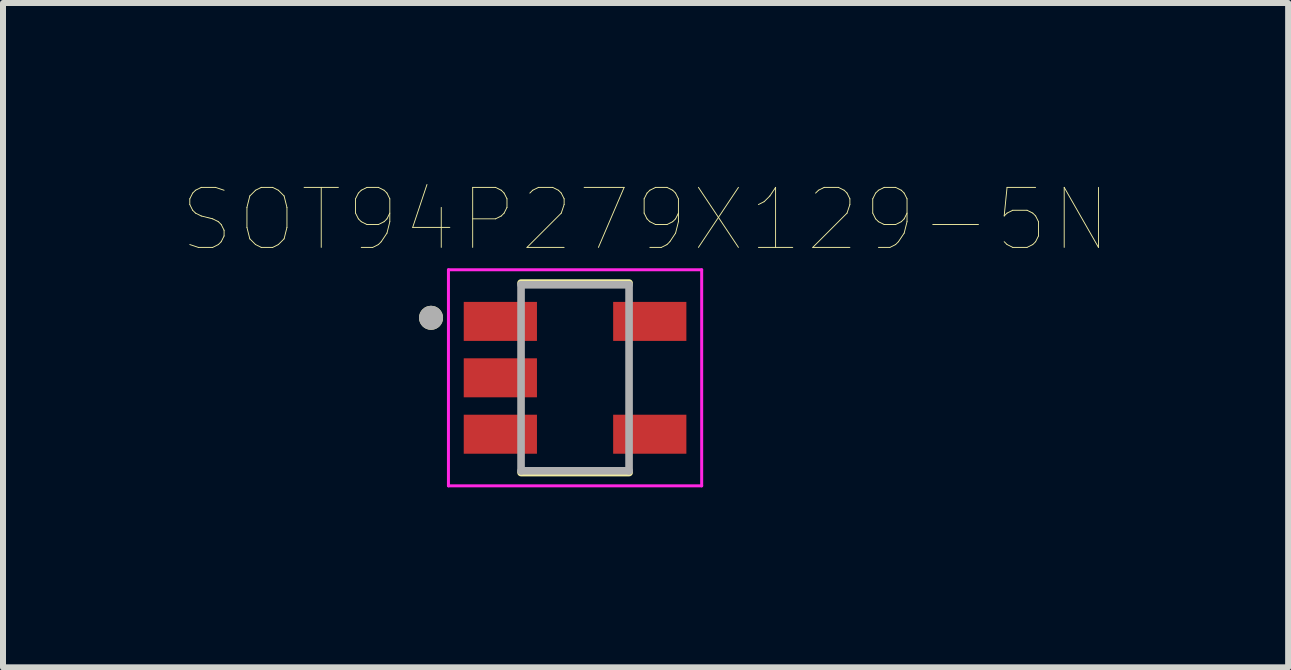
<source format=kicad_pcb>
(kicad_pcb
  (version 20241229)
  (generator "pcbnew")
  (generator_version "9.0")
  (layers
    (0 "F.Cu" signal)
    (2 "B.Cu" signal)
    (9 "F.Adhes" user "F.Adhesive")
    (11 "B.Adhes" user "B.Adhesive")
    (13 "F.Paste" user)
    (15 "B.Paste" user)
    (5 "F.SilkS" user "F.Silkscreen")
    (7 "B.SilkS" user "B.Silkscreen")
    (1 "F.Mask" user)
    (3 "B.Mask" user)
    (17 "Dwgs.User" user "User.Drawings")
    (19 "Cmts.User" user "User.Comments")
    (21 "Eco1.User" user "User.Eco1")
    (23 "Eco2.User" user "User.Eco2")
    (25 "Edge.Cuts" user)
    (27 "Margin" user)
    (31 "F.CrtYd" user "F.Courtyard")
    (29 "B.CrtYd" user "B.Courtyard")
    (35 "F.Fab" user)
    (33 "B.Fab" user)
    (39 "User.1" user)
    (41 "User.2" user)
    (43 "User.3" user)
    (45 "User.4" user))
  (footprint "SOT94P279X129-5N"
    (layer "F.Cu")
    (at 6.533 3.246)
    (property "Reference" "SOT94P279X129-5N" (at 1.175 -2.635 0) (layer "F.SilkS") (effects (font (size 1 1) (thickness 0.015))))
    (attr through_hole)
    (fp_line (start -0.9 -1.579) (end 0.9 -1.579) (stroke (width 0.127) (type solid)) (layer "F.SilkS"))
    (fp_line (start -0.9 1.579) (end 0.9 1.579) (stroke (width 0.127) (type solid)) (layer "F.SilkS"))
    (fp_circle (center -2.4 -1) (end -2.3 -1) (stroke (width 0.2) (type solid)) (fill no) (layer "F.SilkS"))
    (fp_line (start -2.11 -1.8) (end 2.11 -1.8) (stroke (width 0.05) (type solid)) (layer "F.CrtYd"))
    (fp_line (start -2.11 1.8) (end -2.11 -1.8) (stroke (width 0.05) (type solid)) (layer "F.CrtYd"))
    (fp_line (start 2.11 -1.8) (end 2.11 1.8) (stroke (width 0.05) (type solid)) (layer "F.CrtYd"))
    (fp_line (start 2.11 1.8) (end -2.11 1.8) (stroke (width 0.05) (type solid)) (layer "F.CrtYd"))
    (fp_line (start -0.9 -1.55) (end 0.9 -1.55) (stroke (width 0.127) (type solid)) (layer "F.Fab"))
    (fp_line (start -0.9 1.55) (end -0.9 -1.55) (stroke (width 0.127) (type solid)) (layer "F.Fab"))
    (fp_line (start 0.9 -1.55) (end 0.9 1.55) (stroke (width 0.127) (type solid)) (layer "F.Fab"))
    (fp_line (start 0.9 1.55) (end -0.9 1.55) (stroke (width 0.127) (type solid)) (layer "F.Fab"))
    (fp_circle (center -2.4 -1) (end -2.3 -1) (stroke (width 0.2) (type solid)) (fill no) (layer "F.Fab"))
    (pad "1" smd rect (at -1.245 -0.94) (size 1.22 0.65) (layers "F.Cu" "F.Mask" "F.Paste"))
    (pad "2" smd rect (at -1.245 0) (size 1.22 0.65) (layers "F.Cu" "F.Mask" "F.Paste"))
    (pad "3" smd rect (at -1.245 0.94) (size 1.22 0.65) (layers "F.Cu" "F.Mask" "F.Paste"))
    (pad "4" smd rect (at 1.245 0.94) (size 1.22 0.65) (layers "F.Cu" "F.Mask" "F.Paste"))
    (pad "5" smd rect (at 1.245 -0.94) (size 1.22 0.65) (layers "F.Cu" "F.Mask" "F.Paste")))
  (gr_rect
    (start -3 -3)
    (end 18.416 8.071)
    (stroke (width 0.1) (type default))
    (fill no)
    (layer "Edge.Cuts")))
</source>
